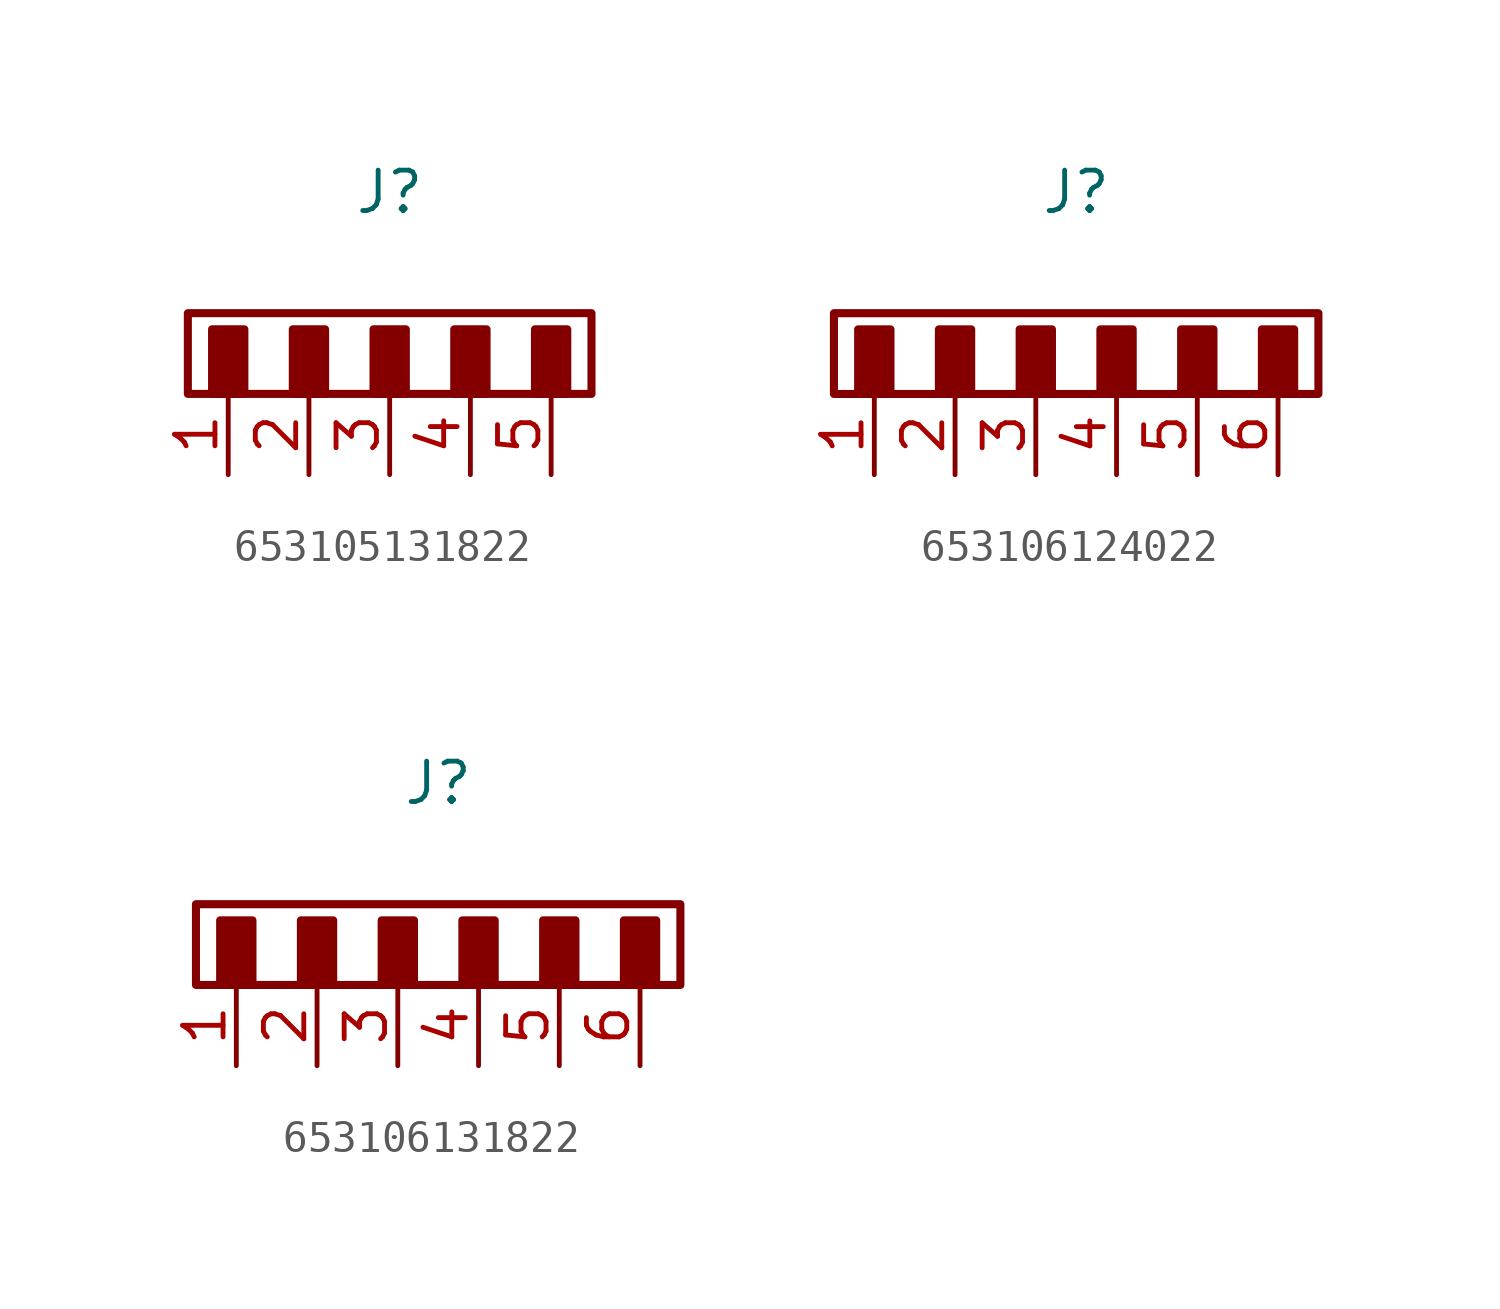
<source format=kicad_sym>
(kicad_symbol_lib
  (version 20241209)
  (generator "kicad_symbol_editor")
  (generator_version "9.0")
  (symbol "653105131822"
    (pin_names
      (hide yes))
    (property "Reference" "J"
      (at 0 5.08 0)
      (effects (font (size 1.27 1.27))))
    (symbol "653105131822_1_1"
      (rectangle (start -6.35 1.27) (end 6.35 -1.27) (stroke (width 0.254) (type solid)) (fill (type none)))
      (rectangle (start -4.572 0.762) (end -5.588 -1.27) (stroke (width 0.254) (type solid)) (fill (type outline)))
      (rectangle (start -2.032 0.762) (end -3.048 -1.27) (stroke (width 0.254) (type solid)) (fill (type outline)))
      (rectangle (start 0.508 0.762) (end -0.508 -1.27) (stroke (width 0.254) (type solid)) (fill (type outline)))
      (rectangle (start 3.048 0.762) (end 2.032 -1.27) (stroke (width 0.254) (type solid)) (fill (type outline)))
      (rectangle (start 5.588 0.762) (end 4.572 -1.27) (stroke (width 0.254) (type solid)) (fill (type outline)))
      (pin passive line (at -5.08 -3.81 90) (length 2.54) (name "1" (effects (font (size 1.27 1.27)))) (number "1" (effects (font (size 1.27 1.27)))))
      (pin passive line (at -2.54 -3.81 90) (length 2.54) (name "2" (effects (font (size 1.27 1.27)))) (number "2" (effects (font (size 1.27 1.27)))))
      (pin passive line (at 0 -3.81 90) (length 2.54) (name "3" (effects (font (size 1.27 1.27)))) (number "3" (effects (font (size 1.27 1.27)))))
      (pin passive line (at 2.54 -3.81 90) (length 2.54) (name "4" (effects (font (size 1.27 1.27)))) (number "4" (effects (font (size 1.27 1.27)))))
      (pin passive line (at 5.08 -3.81 90) (length 2.54) (name "5" (effects (font (size 1.27 1.27)))) (number "5" (effects (font (size 1.27 1.27)))))))
  (symbol "653106124022"
    (pin_names
      (hide yes))
    (property "Reference" "J"
      (at 0 5.08 0)
      (effects (font (size 1.27 1.27))))
    (symbol "653106124022_1_1"
      (rectangle (start -7.62 1.27) (end 7.62 -1.27) (stroke (width 0.254) (type solid)) (fill (type none)))
      (rectangle (start -5.842 0.762) (end -6.858 -1.27) (stroke (width 0.254) (type solid)) (fill (type outline)))
      (rectangle (start -3.302 0.762) (end -4.318 -1.27) (stroke (width 0.254) (type solid)) (fill (type outline)))
      (rectangle (start -0.762 0.762) (end -1.778 -1.27) (stroke (width 0.254) (type solid)) (fill (type outline)))
      (rectangle (start 1.778 0.762) (end 0.762 -1.27) (stroke (width 0.254) (type solid)) (fill (type outline)))
      (rectangle (start 4.318 0.762) (end 3.302 -1.27) (stroke (width 0.254) (type solid)) (fill (type outline)))
      (rectangle (start 6.858 0.762) (end 5.842 -1.27) (stroke (width 0.254) (type solid)) (fill (type outline)))
      (pin passive line (at -6.35 -3.81 90) (length 2.54) (name "1" (effects (font (size 1.27 1.27)))) (number "1" (effects (font (size 1.27 1.27)))))
      (pin passive line (at -3.81 -3.81 90) (length 2.54) (name "2" (effects (font (size 1.27 1.27)))) (number "2" (effects (font (size 1.27 1.27)))))
      (pin passive line (at -1.27 -3.81 90) (length 2.54) (name "3" (effects (font (size 1.27 1.27)))) (number "3" (effects (font (size 1.27 1.27)))))
      (pin passive line (at 1.27 -3.81 90) (length 2.54) (name "4" (effects (font (size 1.27 1.27)))) (number "4" (effects (font (size 1.27 1.27)))))
      (pin passive line (at 3.81 -3.81 90) (length 2.54) (name "5" (effects (font (size 1.27 1.27)))) (number "5" (effects (font (size 1.27 1.27)))))
      (pin passive line (at 6.35 -3.81 90) (length 2.54) (name "6" (effects (font (size 1.27 1.27)))) (number "6" (effects (font (size 1.27 1.27)))))))
  (symbol "653106131822"
    (pin_names
      (hide yes))
    (property "Reference" "J"
      (at 0 5.08 0)
      (effects (font (size 1.27 1.27))))
    (symbol "653106131822_1_1"
      (rectangle (start -7.62 1.27) (end 7.62 -1.27) (stroke (width 0.254) (type solid)) (fill (type none)))
      (rectangle (start -5.842 0.762) (end -6.858 -1.27) (stroke (width 0.254) (type solid)) (fill (type outline)))
      (rectangle (start -3.302 0.762) (end -4.318 -1.27) (stroke (width 0.254) (type solid)) (fill (type outline)))
      (rectangle (start -0.762 0.762) (end -1.778 -1.27) (stroke (width 0.254) (type solid)) (fill (type outline)))
      (rectangle (start 1.778 0.762) (end 0.762 -1.27) (stroke (width 0.254) (type solid)) (fill (type outline)))
      (rectangle (start 4.318 0.762) (end 3.302 -1.27) (stroke (width 0.254) (type solid)) (fill (type outline)))
      (rectangle (start 6.858 0.762) (end 5.842 -1.27) (stroke (width 0.254) (type solid)) (fill (type outline)))
      (pin passive line (at -6.35 -3.81 90) (length 2.54) (name "1" (effects (font (size 1.27 1.27)))) (number "1" (effects (font (size 1.27 1.27)))))
      (pin passive line (at -3.81 -3.81 90) (length 2.54) (name "2" (effects (font (size 1.27 1.27)))) (number "2" (effects (font (size 1.27 1.27)))))
      (pin passive line (at -1.27 -3.81 90) (length 2.54) (name "3" (effects (font (size 1.27 1.27)))) (number "3" (effects (font (size 1.27 1.27)))))
      (pin passive line (at 1.27 -3.81 90) (length 2.54) (name "4" (effects (font (size 1.27 1.27)))) (number "4" (effects (font (size 1.27 1.27)))))
      (pin passive line (at 3.81 -3.81 90) (length 2.54) (name "5" (effects (font (size 1.27 1.27)))) (number "5" (effects (font (size 1.27 1.27)))))
      (pin passive line (at 6.35 -3.81 90) (length 2.54) (name "6" (effects (font (size 1.27 1.27)))) (number "6" (effects (font (size 1.27 1.27))))))))
</source>
